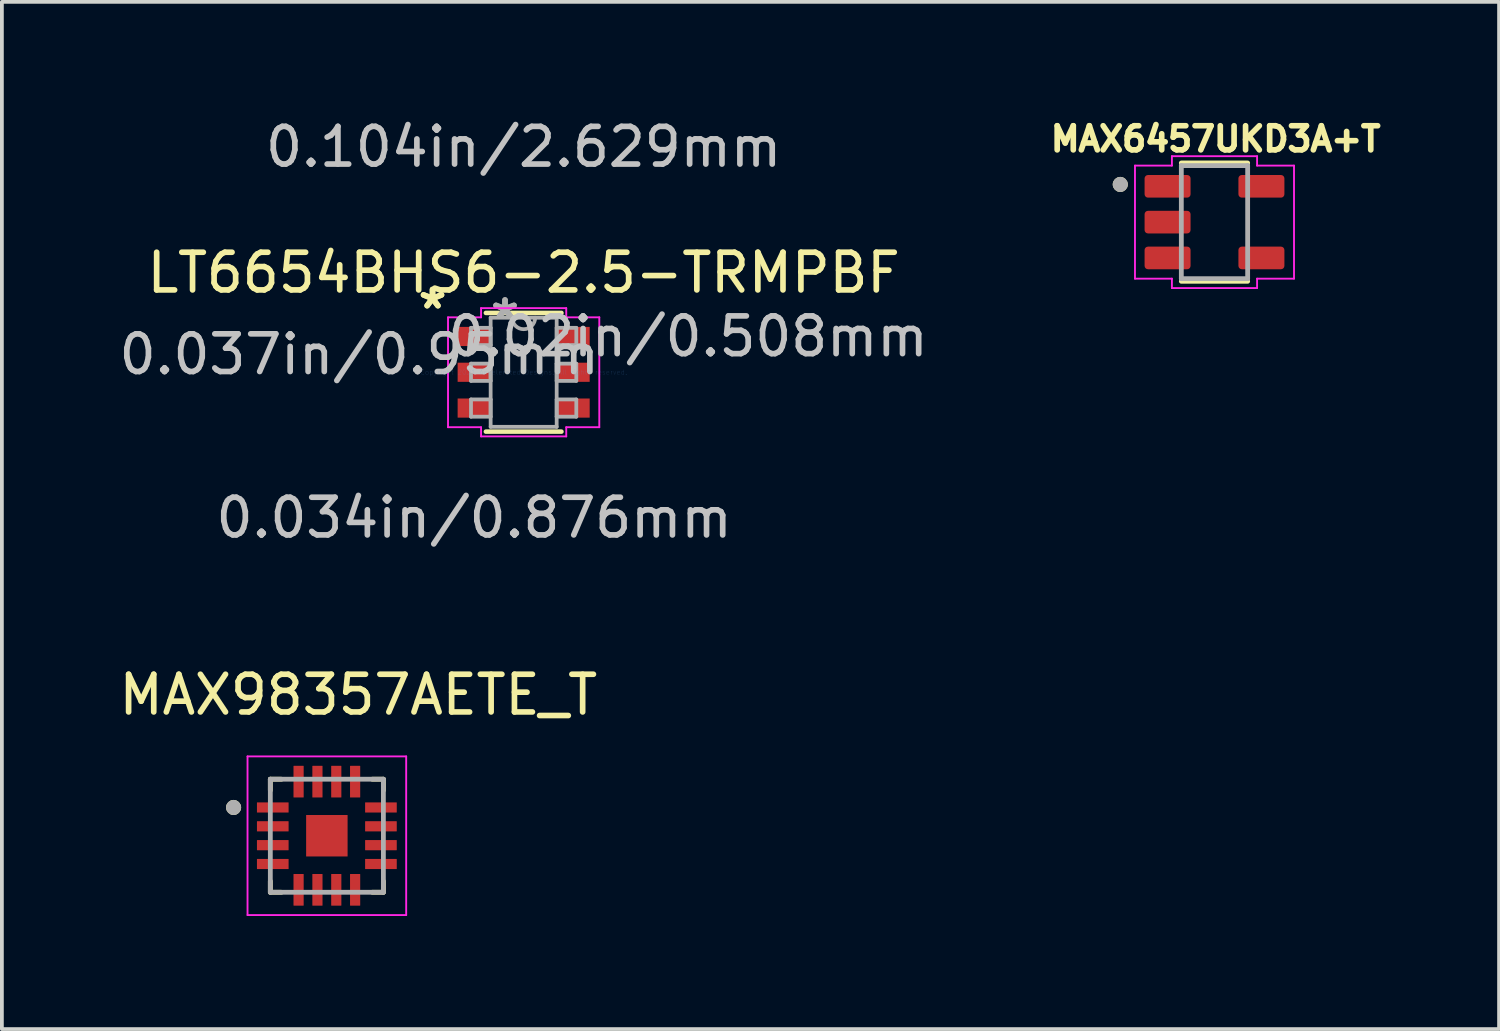
<source format=kicad_pcb>
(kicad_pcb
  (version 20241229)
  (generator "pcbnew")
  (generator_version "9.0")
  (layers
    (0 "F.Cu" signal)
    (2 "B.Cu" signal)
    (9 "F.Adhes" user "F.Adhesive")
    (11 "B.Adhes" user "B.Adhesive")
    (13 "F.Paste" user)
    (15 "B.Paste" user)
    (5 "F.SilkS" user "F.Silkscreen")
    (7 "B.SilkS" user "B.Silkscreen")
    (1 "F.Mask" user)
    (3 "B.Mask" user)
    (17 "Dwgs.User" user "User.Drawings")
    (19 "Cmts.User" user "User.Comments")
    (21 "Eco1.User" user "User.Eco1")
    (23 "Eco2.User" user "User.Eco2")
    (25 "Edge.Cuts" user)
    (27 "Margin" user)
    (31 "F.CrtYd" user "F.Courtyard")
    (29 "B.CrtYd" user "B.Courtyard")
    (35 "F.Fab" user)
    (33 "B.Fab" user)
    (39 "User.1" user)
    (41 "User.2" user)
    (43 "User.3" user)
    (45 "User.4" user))
  (footprint "MAX6457UKD3A+T"
    (layer "F.Cu")
    (at 29.176 2.844)
    (property "Reference" "MAX6457UKD3A+T" (at 0.032 -2.206 0) (layer "F.SilkS") (effects (font (size 0.64 0.64) (thickness 0.15))))
    (attr through_hole)
    (fp_line (start -0.88 -1.57) (end 0.88 -1.57) (stroke (width 0.127) (type solid)) (layer "F.SilkS"))
    (fp_line (start -0.88 1.57) (end 0.88 1.57) (stroke (width 0.127) (type solid)) (layer "F.SilkS"))
    (fp_circle (center -2.5 -1) (end -2.4 -1) (stroke (width 0.2) (type solid)) (fill no) (layer "F.SilkS"))
    (fp_line (start -2.11 -1.5) (end -2.11 1.5) (stroke (width 0.05) (type solid)) (layer "F.CrtYd"))
    (fp_line (start -2.11 -1.5) (end -1.13 -1.5) (stroke (width 0.05) (type solid)) (layer "F.CrtYd"))
    (fp_line (start -1.13 -1.75) (end 1.13 -1.75) (stroke (width 0.05) (type solid)) (layer "F.CrtYd"))
    (fp_line (start -1.13 -1.5) (end -1.13 -1.75) (stroke (width 0.05) (type solid)) (layer "F.CrtYd"))
    (fp_line (start -1.13 1.5) (end -2.11 1.5) (stroke (width 0.05) (type solid)) (layer "F.CrtYd"))
    (fp_line (start -1.13 1.75) (end -1.13 1.5) (stroke (width 0.05) (type solid)) (layer "F.CrtYd"))
    (fp_line (start 1.13 -1.75) (end 1.13 -1.5) (stroke (width 0.05) (type solid)) (layer "F.CrtYd"))
    (fp_line (start 1.13 -1.5) (end 2.11 -1.5) (stroke (width 0.05) (type solid)) (layer "F.CrtYd"))
    (fp_line (start 1.13 1.5) (end 1.13 1.75) (stroke (width 0.05) (type solid)) (layer "F.CrtYd"))
    (fp_line (start 1.13 1.75) (end -1.13 1.75) (stroke (width 0.05) (type solid)) (layer "F.CrtYd"))
    (fp_line (start 2.11 1.5) (end 1.13 1.5) (stroke (width 0.05) (type solid)) (layer "F.CrtYd"))
    (fp_line (start 2.11 1.5) (end 2.11 -1.5) (stroke (width 0.05) (type solid)) (layer "F.CrtYd"))
    (fp_line (start -0.88 -1.5) (end 0.88 -1.5) (stroke (width 0.127) (type solid)) (layer "F.Fab"))
    (fp_line (start -0.88 1.5) (end -0.88 -1.5) (stroke (width 0.127) (type solid)) (layer "F.Fab"))
    (fp_line (start 0.88 -1.5) (end 0.88 1.5) (stroke (width 0.127) (type solid)) (layer "F.Fab"))
    (fp_line (start 0.88 1.5) (end -0.88 1.5) (stroke (width 0.127) (type solid)) (layer "F.Fab"))
    (fp_circle (center -2.5 -1) (end -2.4 -1) (stroke (width 0.2) (type solid)) (fill no) (layer "F.Fab"))
    (pad "1" smd roundrect (at -1.245 -0.95) (size 1.22 0.6) (layers "F.Cu" "F.Mask" "F.Paste") (roundrect_rratio 0.15))
    (pad "2" smd roundrect (at -1.245 0) (size 1.22 0.6) (layers "F.Cu" "F.Mask" "F.Paste") (roundrect_rratio 0.15))
    (pad "3" smd roundrect (at -1.245 0.95) (size 1.22 0.6) (layers "F.Cu" "F.Mask" "F.Paste") (roundrect_rratio 0.15))
    (pad "4" smd roundrect (at 1.245 0.95) (size 1.22 0.6) (layers "F.Cu" "F.Mask" "F.Paste") (roundrect_rratio 0.15))
    (pad "5" smd roundrect (at 1.245 -0.95) (size 1.22 0.6) (layers "F.Cu" "F.Mask" "F.Paste") (roundrect_rratio 0.15)))
  (footprint "MAX98357AETE_T"
    (layer "F.Cu")
    (at 5.623 19.126)
    (property "Reference" "MAX98357AETE_T" (at 0.835 -3.74 0) (layer "F.SilkS") (effects (font (size 1 1) (thickness 0.15))))
    (attr through_hole)
    (fp_line (start -1.5 -1.5) (end -1.5 -1.205) (stroke (width 0.127) (type solid)) (layer "F.SilkS"))
    (fp_line (start -1.5 -1.5) (end -1.205 -1.5) (stroke (width 0.127) (type solid)) (layer "F.SilkS"))
    (fp_line (start -1.5 1.5) (end -1.5 1.205) (stroke (width 0.127) (type solid)) (layer "F.SilkS"))
    (fp_line (start -1.5 1.5) (end -1.205 1.5) (stroke (width 0.127) (type solid)) (layer "F.SilkS"))
    (fp_line (start 1.5 -1.5) (end 1.205 -1.5) (stroke (width 0.127) (type solid)) (layer "F.SilkS"))
    (fp_line (start 1.5 -1.5) (end 1.5 -1.205) (stroke (width 0.127) (type solid)) (layer "F.SilkS"))
    (fp_line (start 1.5 1.5) (end 1.205 1.5) (stroke (width 0.127) (type solid)) (layer "F.SilkS"))
    (fp_line (start 1.5 1.5) (end 1.5 1.205) (stroke (width 0.127) (type solid)) (layer "F.SilkS"))
    (fp_circle (center -2.475 -0.75) (end -2.375 -0.75) (stroke (width 0.2) (type solid)) (fill no) (layer "F.SilkS"))
    (fp_poly (pts (xy -0.35 -0.35) (xy 0.35 -0.35) (xy 0.35 0.35) (xy -0.35 0.35)) (stroke (width 0.01) (type solid)) (fill yes) (layer "F.Paste"))
    (fp_line (start -2.105 -2.105) (end 2.105 -2.105) (stroke (width 0.05) (type solid)) (layer "F.CrtYd"))
    (fp_line (start -2.105 2.105) (end -2.105 -2.105) (stroke (width 0.05) (type solid)) (layer "F.CrtYd"))
    (fp_line (start -2.105 2.105) (end 2.105 2.105) (stroke (width 0.05) (type solid)) (layer "F.CrtYd"))
    (fp_line (start 2.105 2.105) (end 2.105 -2.105) (stroke (width 0.05) (type solid)) (layer "F.CrtYd"))
    (fp_line (start -1.5 1.5) (end -1.5 -1.5) (stroke (width 0.127) (type solid)) (layer "F.Fab"))
    (fp_line (start 1.5 -1.5) (end -1.5 -1.5) (stroke (width 0.127) (type solid)) (layer "F.Fab"))
    (fp_line (start 1.5 1.5) (end -1.5 1.5) (stroke (width 0.127) (type solid)) (layer "F.Fab"))
    (fp_line (start 1.5 1.5) (end 1.5 -1.5) (stroke (width 0.127) (type solid)) (layer "F.Fab"))
    (fp_circle (center -2.475 -0.75) (end -2.375 -0.75) (stroke (width 0.2) (type solid)) (fill no) (layer "F.Fab"))
    (pad "1" smd roundrect (at -1.435 -0.75) (size 0.84 0.27) (layers "F.Cu" "F.Mask" "F.Paste") (roundrect_rratio 0.03))
    (pad "2" smd roundrect (at -1.435 -0.25) (size 0.84 0.27) (layers "F.Cu" "F.Mask" "F.Paste") (roundrect_rratio 0.03))
    (pad "3" smd roundrect (at -1.435 0.25) (size 0.84 0.27) (layers "F.Cu" "F.Mask" "F.Paste") (roundrect_rratio 0.03))
    (pad "4" smd roundrect (at -1.435 0.75) (size 0.84 0.27) (layers "F.Cu" "F.Mask" "F.Paste") (roundrect_rratio 0.03))
    (pad "5" smd roundrect (at -0.75 1.435) (size 0.27 0.84) (layers "F.Cu" "F.Mask" "F.Paste") (roundrect_rratio 0.03))
    (pad "6" smd roundrect (at -0.25 1.435) (size 0.27 0.84) (layers "F.Cu" "F.Mask" "F.Paste") (roundrect_rratio 0.03))
    (pad "7" smd roundrect (at 0.25 1.435) (size 0.27 0.84) (layers "F.Cu" "F.Mask" "F.Paste") (roundrect_rratio 0.03))
    (pad "8" smd roundrect (at 0.75 1.435) (size 0.27 0.84) (layers "F.Cu" "F.Mask" "F.Paste") (roundrect_rratio 0.03))
    (pad "9" smd roundrect (at 1.435 0.75) (size 0.84 0.27) (layers "F.Cu" "F.Mask" "F.Paste") (roundrect_rratio 0.03))
    (pad "10" smd roundrect (at 1.435 0.25) (size 0.84 0.27) (layers "F.Cu" "F.Mask" "F.Paste") (roundrect_rratio 0.03))
    (pad "11" smd roundrect (at 1.435 -0.25) (size 0.84 0.27) (layers "F.Cu" "F.Mask" "F.Paste") (roundrect_rratio 0.03))
    (pad "12" smd roundrect (at 1.435 -0.75) (size 0.84 0.27) (layers "F.Cu" "F.Mask" "F.Paste") (roundrect_rratio 0.03))
    (pad "13" smd roundrect (at 0.75 -1.435) (size 0.27 0.84) (layers "F.Cu" "F.Mask" "F.Paste") (roundrect_rratio 0.03))
    (pad "14" smd roundrect (at 0.25 -1.435) (size 0.27 0.84) (layers "F.Cu" "F.Mask" "F.Paste") (roundrect_rratio 0.03))
    (pad "15" smd roundrect (at -0.25 -1.435) (size 0.27 0.84) (layers "F.Cu" "F.Mask" "F.Paste") (roundrect_rratio 0.03))
    (pad "16" smd roundrect (at -0.75 -1.435) (size 0.27 0.84) (layers "F.Cu" "F.Mask" "F.Paste") (roundrect_rratio 0.03))
    (pad "17" smd rect (at 0 0) (size 1.1 1.1) (layers "F.Cu" "F.Mask")))
  (footprint "LT6654BHS6-2.5-TRMPBF"
    (layer "F.Cu")
    (at 10.845 6.828)
    (property "Reference" "LT6654BHS6-2.5-TRMPBF" (at 0 -2.64 0) (layer "F.SilkS") (effects (font (size 1 1) (thickness 0.15))))
    (attr through_hole)
    (fp_line (start -1.003 1.575) (end 1.003 1.575) (stroke (width 0.12) (type solid)) (layer "F.SilkS"))
    (fp_line (start 1.003 -1.575) (end -1.003 -1.575) (stroke (width 0.12) (type solid)) (layer "F.SilkS"))
    (fp_line (start -2.007 -1.458) (end -1.13 -1.458) (stroke (width 0.05) (type solid)) (layer "F.CrtYd"))
    (fp_line (start -2.007 1.458) (end -2.007 -1.458) (stroke (width 0.05) (type solid)) (layer "F.CrtYd"))
    (fp_line (start -1.13 -1.702) (end 1.13 -1.702) (stroke (width 0.05) (type solid)) (layer "F.CrtYd"))
    (fp_line (start -1.13 -1.458) (end -1.13 -1.702) (stroke (width 0.05) (type solid)) (layer "F.CrtYd"))
    (fp_line (start -1.13 1.458) (end -2.007 1.458) (stroke (width 0.05) (type solid)) (layer "F.CrtYd"))
    (fp_line (start -1.13 1.702) (end -1.13 1.458) (stroke (width 0.05) (type solid)) (layer "F.CrtYd"))
    (fp_line (start 1.13 -1.702) (end 1.13 -1.458) (stroke (width 0.05) (type solid)) (layer "F.CrtYd"))
    (fp_line (start 1.13 -1.458) (end 2.007 -1.458) (stroke (width 0.05) (type solid)) (layer "F.CrtYd"))
    (fp_line (start 1.13 1.458) (end 1.13 1.702) (stroke (width 0.05) (type solid)) (layer "F.CrtYd"))
    (fp_line (start 1.13 1.702) (end -1.13 1.702) (stroke (width 0.05) (type solid)) (layer "F.CrtYd"))
    (fp_line (start 2.007 -1.458) (end 2.007 1.458) (stroke (width 0.05) (type solid)) (layer "F.CrtYd"))
    (fp_line (start 2.007 1.458) (end 1.13 1.458) (stroke (width 0.05) (type solid)) (layer "F.CrtYd"))
    (fp_line (start -1.397 -1.179) (end -1.397 -0.721) (stroke (width 0.1) (type solid)) (layer "F.Fab"))
    (fp_line (start -1.397 -0.721) (end -0.876 -0.721) (stroke (width 0.1) (type solid)) (layer "F.Fab"))
    (fp_line (start -1.397 -0.229) (end -1.397 0.229) (stroke (width 0.1) (type solid)) (layer "F.Fab"))
    (fp_line (start -1.397 0.229) (end -0.876 0.229) (stroke (width 0.1) (type solid)) (layer "F.Fab"))
    (fp_line (start -1.397 0.721) (end -1.397 1.179) (stroke (width 0.1) (type solid)) (layer "F.Fab"))
    (fp_line (start -1.397 1.179) (end -0.876 1.179) (stroke (width 0.1) (type solid)) (layer "F.Fab"))
    (fp_line (start -0.876 -1.448) (end -0.876 1.448) (stroke (width 0.1) (type solid)) (layer "F.Fab"))
    (fp_line (start -0.876 -1.179) (end -1.397 -1.179) (stroke (width 0.1) (type solid)) (layer "F.Fab"))
    (fp_line (start -0.876 -0.721) (end -0.876 -1.179) (stroke (width 0.1) (type solid)) (layer "F.Fab"))
    (fp_line (start -0.876 -0.229) (end -1.397 -0.229) (stroke (width 0.1) (type solid)) (layer "F.Fab"))
    (fp_line (start -0.876 0.229) (end -0.876 -0.229) (stroke (width 0.1) (type solid)) (layer "F.Fab"))
    (fp_line (start -0.876 0.721) (end -1.397 0.721) (stroke (width 0.1) (type solid)) (layer "F.Fab"))
    (fp_line (start -0.876 1.179) (end -0.876 0.721) (stroke (width 0.1) (type solid)) (layer "F.Fab"))
    (fp_line (start -0.876 1.448) (end 0.876 1.448) (stroke (width 0.1) (type solid)) (layer "F.Fab"))
    (fp_line (start 0.876 -1.448) (end -0.876 -1.448) (stroke (width 0.1) (type solid)) (layer "F.Fab"))
    (fp_line (start 0.876 -1.179) (end 0.876 -0.721) (stroke (width 0.1) (type solid)) (layer "F.Fab"))
    (fp_line (start 0.876 -0.721) (end 1.397 -0.721) (stroke (width 0.1) (type solid)) (layer "F.Fab"))
    (fp_line (start 0.876 -0.229) (end 0.876 0.229) (stroke (width 0.1) (type solid)) (layer "F.Fab"))
    (fp_line (start 0.876 0.229) (end 1.397 0.229) (stroke (width 0.1) (type solid)) (layer "F.Fab"))
    (fp_line (start 0.876 0.721) (end 0.876 1.179) (stroke (width 0.1) (type solid)) (layer "F.Fab"))
    (fp_line (start 0.876 1.179) (end 1.397 1.179) (stroke (width 0.1) (type solid)) (layer "F.Fab"))
    (fp_line (start 0.876 1.448) (end 0.876 -1.448) (stroke (width 0.1) (type solid)) (layer "F.Fab"))
    (fp_line (start 1.397 -1.179) (end 0.876 -1.179) (stroke (width 0.1) (type solid)) (layer "F.Fab"))
    (fp_line (start 1.397 -0.721) (end 1.397 -1.179) (stroke (width 0.1) (type solid)) (layer "F.Fab"))
    (fp_line (start 1.397 -0.229) (end 0.876 -0.229) (stroke (width 0.1) (type solid)) (layer "F.Fab"))
    (fp_line (start 1.397 0.229) (end 1.397 -0.229) (stroke (width 0.1) (type solid)) (layer "F.Fab"))
    (fp_line (start 1.397 0.721) (end 0.876 0.721) (stroke (width 0.1) (type solid)) (layer "F.Fab"))
    (fp_line (start 1.397 1.179) (end 1.397 0.721) (stroke (width 0.1) (type solid)) (layer "F.Fab"))
    (fp_arc (start 0.3048 -1.4478) (mid 0 -1.143) (end -0.3048 -1.4478) (stroke (width 0.1) (type solid)) (layer "F.Fab"))
    (fp_text user "*" (at -2.418 -1.651 0) (layer "F.SilkS") (effects (font (size 1 1) (thickness 0.15))))
    (fp_text user "*" (at -2.418 -1.651 0) (layer "F.SilkS") (effects (font (size 1 1) (thickness 0.15))))
    (fp_text user "0.034in/0.876mm" (at -1.314 3.861 0) (layer "Dwgs.User") (effects (font (size 1 1) (thickness 0.15))))
    (fp_text user "0.037in/0.95mm" (at -4.362 -0.475 0) (layer "Dwgs.User") (effects (font (size 1 1) (thickness 0.15))))
    (fp_text user "0.02in/0.508mm" (at 4.362 -0.95 0) (layer "Dwgs.User") (effects (font (size 1 1) (thickness 0.15))))
    (fp_text user "0.104in/2.629mm" (at 0 -5.98 0) (layer "Dwgs.User") (effects (font (size 1 1) (thickness 0.15))))
    (fp_text user "Copyright 2021 Accelerated Designs. All rights reserved." (at 0 0 0) (layer "Cmts.User") (effects (font (size 0.127 0.127) (thickness 0.002))))
    (fp_text user "*" (at -0.495 -1.372 0) (layer "F.Fab") (effects (font (size 1 1) (thickness 0.15))))
    (fp_text user "*" (at -0.495 -1.372 0) (layer "F.Fab") (effects (font (size 1 1) (thickness 0.15))))
    (pad "1" smd rect (at -1.314 -0.95) (size 0.876 0.508) (layers "F.Cu" "F.Mask" "F.Paste"))
    (pad "2" smd rect (at -1.314 0) (size 0.876 0.508) (layers "F.Cu" "F.Mask" "F.Paste"))
    (pad "3" smd rect (at -1.314 0.95) (size 0.876 0.508) (layers "F.Cu" "F.Mask" "F.Paste"))
    (pad "4" smd rect (at 1.314 0.95) (size 0.876 0.508) (layers "F.Cu" "F.Mask" "F.Paste"))
    (pad "5" smd rect (at 1.314 0) (size 0.876 0.508) (layers "F.Cu" "F.Mask" "F.Paste"))
    (pad "6" smd rect (at 1.314 -0.95) (size 0.876 0.508) (layers "F.Cu" "F.Mask" "F.Paste")))
  (gr_rect
    (start -3 -3)
    (end 36.727 24.256)
    (stroke (width 0.1) (type default))
    (fill no)
    (layer "Edge.Cuts")))
</source>
